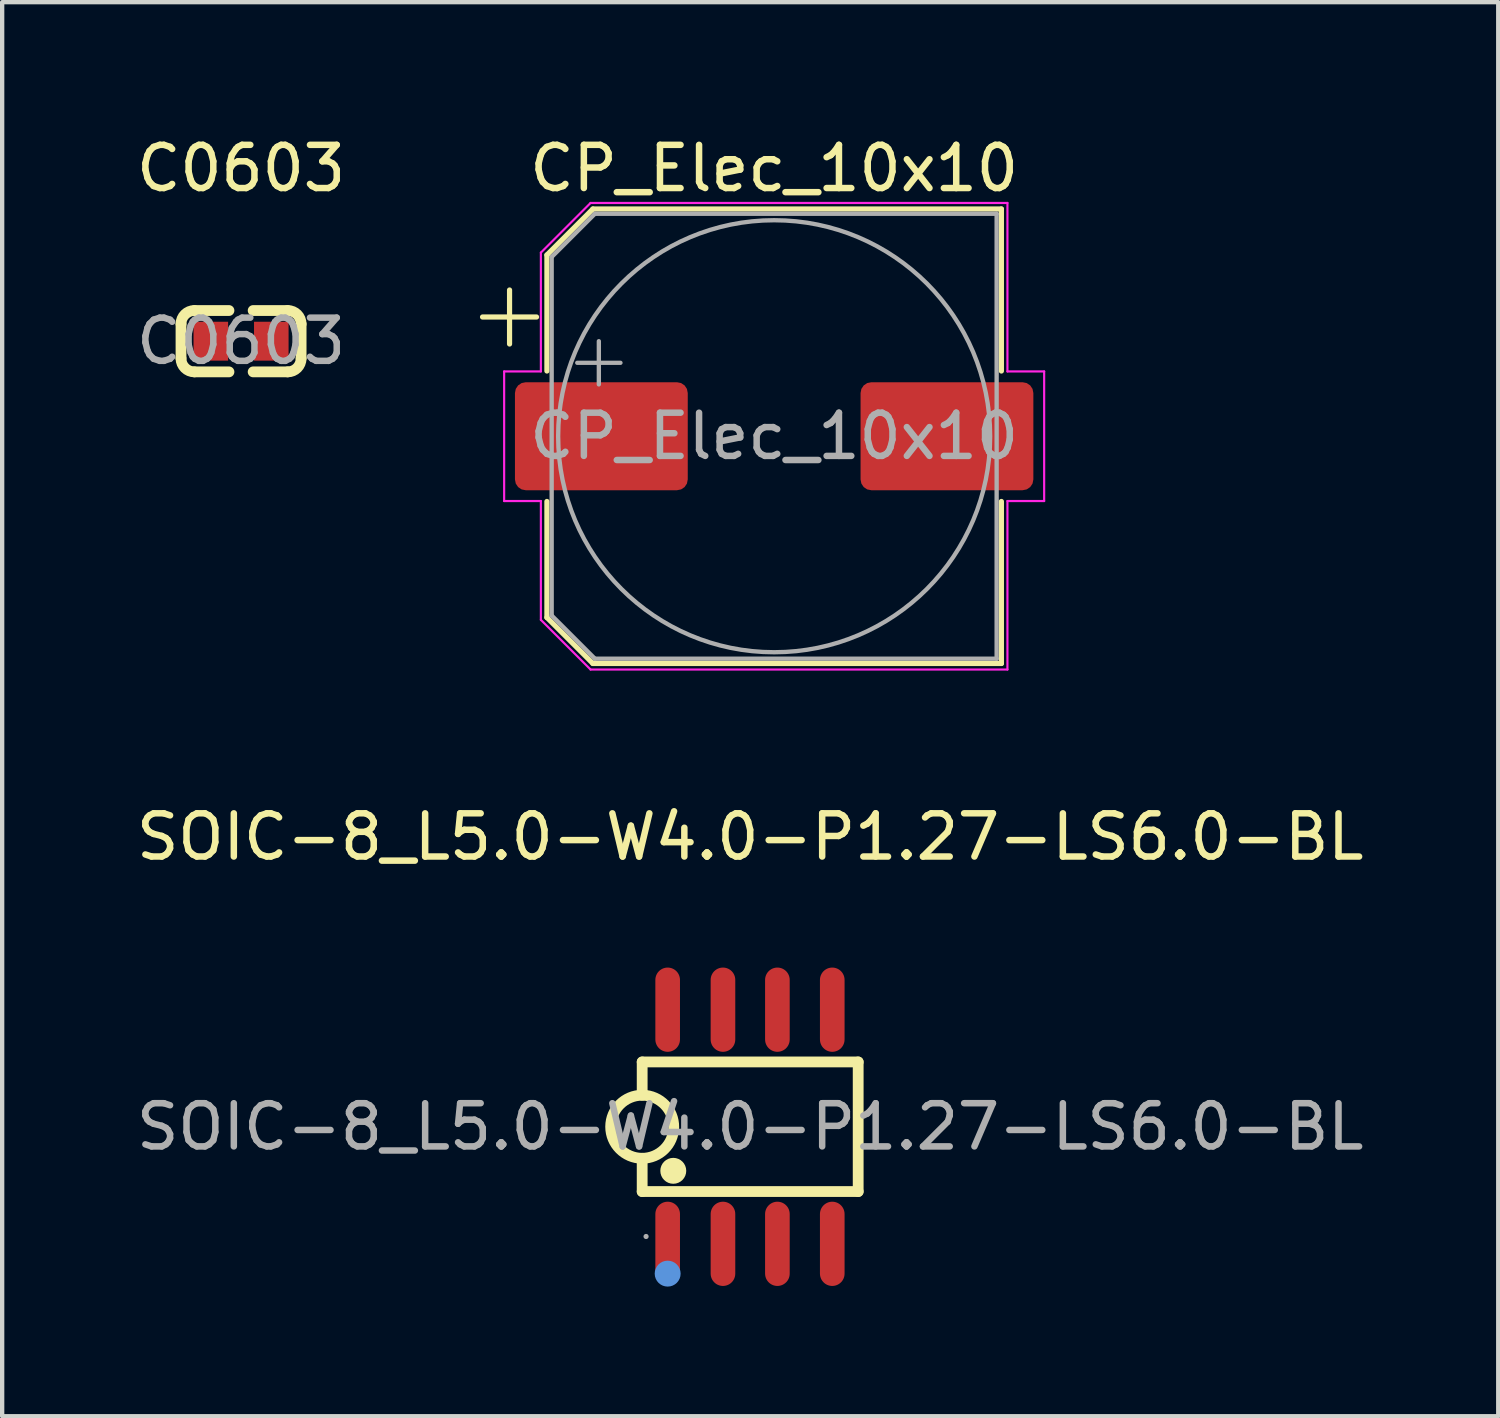
<source format=kicad_pcb>
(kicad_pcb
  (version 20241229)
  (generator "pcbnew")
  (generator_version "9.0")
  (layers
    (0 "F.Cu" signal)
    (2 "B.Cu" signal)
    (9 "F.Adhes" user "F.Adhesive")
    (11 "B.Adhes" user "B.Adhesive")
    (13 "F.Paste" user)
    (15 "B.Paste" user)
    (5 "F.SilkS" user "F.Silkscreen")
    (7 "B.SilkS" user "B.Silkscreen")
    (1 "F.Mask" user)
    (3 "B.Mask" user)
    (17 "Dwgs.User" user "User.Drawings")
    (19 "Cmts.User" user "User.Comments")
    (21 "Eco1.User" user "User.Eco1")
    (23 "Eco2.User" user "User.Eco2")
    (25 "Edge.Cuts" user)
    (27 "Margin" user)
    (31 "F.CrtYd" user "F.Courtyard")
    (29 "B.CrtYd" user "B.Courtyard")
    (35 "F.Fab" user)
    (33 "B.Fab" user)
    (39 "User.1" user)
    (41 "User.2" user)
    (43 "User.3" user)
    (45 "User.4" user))
  (footprint "CP_Elec_10x10"
    (layer "F.Cu")
    (at 14.87 7.048)
    (property "Reference" "CP_Elec_10x10" (at 0 -6.2 0) (layer "F.SilkS") (effects (font (size 1 1) (thickness 0.15))))
    (attr smd)
    (fp_line (start -6.75 -2.76) (end -5.5 -2.76) (stroke (width 0.12) (type solid)) (layer "F.SilkS"))
    (fp_line (start -6.125 -3.385) (end -6.125 -2.135) (stroke (width 0.12) (type solid)) (layer "F.SilkS"))
    (fp_line (start -5.26 -4.196) (end -5.26 -1.51) (stroke (width 0.12) (type solid)) (layer "F.SilkS"))
    (fp_line (start -5.26 -4.196) (end -4.196 -5.26) (stroke (width 0.12) (type solid)) (layer "F.SilkS"))
    (fp_line (start -5.26 4.196) (end -5.26 1.51) (stroke (width 0.12) (type solid)) (layer "F.SilkS"))
    (fp_line (start -5.26 4.196) (end -4.196 5.26) (stroke (width 0.12) (type solid)) (layer "F.SilkS"))
    (fp_line (start -4.196 -5.26) (end 5.26 -5.26) (stroke (width 0.12) (type solid)) (layer "F.SilkS"))
    (fp_line (start -4.196 5.26) (end 5.26 5.26) (stroke (width 0.12) (type solid)) (layer "F.SilkS"))
    (fp_line (start 5.26 -5.26) (end 5.26 -1.51) (stroke (width 0.12) (type solid)) (layer "F.SilkS"))
    (fp_line (start 5.26 5.26) (end 5.26 1.51) (stroke (width 0.12) (type solid)) (layer "F.SilkS"))
    (fp_line (start -6.25 -1.5) (end -6.25 1.5) (stroke (width 0.05) (type solid)) (layer "F.CrtYd"))
    (fp_line (start -6.25 1.5) (end -5.4 1.5) (stroke (width 0.05) (type solid)) (layer "F.CrtYd"))
    (fp_line (start -5.4 -4.25) (end -5.4 -1.5) (stroke (width 0.05) (type solid)) (layer "F.CrtYd"))
    (fp_line (start -5.4 -4.25) (end -4.25 -5.4) (stroke (width 0.05) (type solid)) (layer "F.CrtYd"))
    (fp_line (start -5.4 -1.5) (end -6.25 -1.5) (stroke (width 0.05) (type solid)) (layer "F.CrtYd"))
    (fp_line (start -5.4 1.5) (end -5.4 4.25) (stroke (width 0.05) (type solid)) (layer "F.CrtYd"))
    (fp_line (start -5.4 4.25) (end -4.25 5.4) (stroke (width 0.05) (type solid)) (layer "F.CrtYd"))
    (fp_line (start -4.25 -5.4) (end 5.4 -5.4) (stroke (width 0.05) (type solid)) (layer "F.CrtYd"))
    (fp_line (start -4.25 5.4) (end 5.4 5.4) (stroke (width 0.05) (type solid)) (layer "F.CrtYd"))
    (fp_line (start 5.4 -5.4) (end 5.4 -1.5) (stroke (width 0.05) (type solid)) (layer "F.CrtYd"))
    (fp_line (start 5.4 -1.5) (end 6.25 -1.5) (stroke (width 0.05) (type solid)) (layer "F.CrtYd"))
    (fp_line (start 5.4 1.5) (end 5.4 5.4) (stroke (width 0.05) (type solid)) (layer "F.CrtYd"))
    (fp_line (start 6.25 -1.5) (end 6.25 1.5) (stroke (width 0.05) (type solid)) (layer "F.CrtYd"))
    (fp_line (start 6.25 1.5) (end 5.4 1.5) (stroke (width 0.05) (type solid)) (layer "F.CrtYd"))
    (fp_line (start -5.15 -4.15) (end -5.15 4.15) (stroke (width 0.1) (type solid)) (layer "F.Fab"))
    (fp_line (start -5.15 -4.15) (end -4.15 -5.15) (stroke (width 0.1) (type solid)) (layer "F.Fab"))
    (fp_line (start -5.15 4.15) (end -4.15 5.15) (stroke (width 0.1) (type solid)) (layer "F.Fab"))
    (fp_line (start -4.558 -1.7) (end -3.558 -1.7) (stroke (width 0.1) (type solid)) (layer "F.Fab"))
    (fp_line (start -4.15 -5.15) (end 5.15 -5.15) (stroke (width 0.1) (type solid)) (layer "F.Fab"))
    (fp_line (start -4.15 5.15) (end 5.15 5.15) (stroke (width 0.1) (type solid)) (layer "F.Fab"))
    (fp_line (start -4.058 -2.2) (end -4.058 -1.2) (stroke (width 0.1) (type solid)) (layer "F.Fab"))
    (fp_line (start 5.15 -5.15) (end 5.15 5.15) (stroke (width 0.1) (type solid)) (layer "F.Fab"))
    (fp_circle (center 0 0) (end 5 0) (stroke (width 0.1) (type solid)) (fill no) (layer "F.Fab"))
    (fp_text user "${REFERENCE}" (at 0 0 0) (layer "F.Fab") (effects (font (size 1 1) (thickness 0.15))))
    (pad "1" smd roundrect (at -4 0 180) (size 4 2.5) (layers "F.Cu" "F.Mask" "F.Paste") (roundrect_rratio 0.1))
    (pad "2" smd roundrect (at 4 0 180) (size 4 2.5) (layers "F.Cu" "F.Mask" "F.Paste") (roundrect_rratio 0.1)))
  (footprint "SOIC-8_L5.0-W4.0-P1.27-LS6.0-BL"
    (layer "F.Cu")
    (at 14.315 23.032)
    (property "Reference" "SOIC-8_L5.0-W4.0-P1.27-LS6.0-BL" (at 0 -6.71 0) (layer "F.SilkS") (effects (font (size 1 1) (thickness 0.15))))
    (attr smd)
    (fp_line (start -2.5 -1.5) (end -2.5 -0.73) (stroke (width 0.25) (type solid)) (layer "F.SilkS"))
    (fp_line (start -2.5 -1.5) (end 2.5 -1.5) (stroke (width 0.25) (type solid)) (layer "F.SilkS"))
    (fp_line (start -2.5 1.5) (end -2.5 0.73) (stroke (width 0.25) (type solid)) (layer "F.SilkS"))
    (fp_line (start -2.5 1.5) (end 2.5 1.5) (stroke (width 0.25) (type solid)) (layer "F.SilkS"))
    (fp_line (start 2.5 -1.5) (end 2.5 1.5) (stroke (width 0.25) (type solid)) (layer "F.SilkS"))
    (fp_arc (start -2.48726 -0.729889) (mid -2.50635 0.729972) (end -2.5 -0.73) (stroke (width 0.25) (type solid)) (layer "F.SilkS"))
    (fp_circle (center -1.78 1.02) (end -1.63 1.02) (stroke (width 0.3) (type solid)) (fill no) (layer "F.SilkS"))
    (fp_circle (center -1.91 3.4) (end -1.76 3.4) (stroke (width 0.3) (type solid)) (fill no) (layer "Cmts.User"))
    (fp_circle (center -2.41 2.54) (end -2.38 2.54) (stroke (width 0.06) (type solid)) (fill no) (layer "F.Fab"))
    (fp_text user "${REFERENCE}" (at 0 0 0) (layer "F.Fab") (effects (font (size 1 1) (thickness 0.15))))
    (pad "1" smd oval (at -1.91 2.71 180) (size 0.57 1.95) (layers "F.Cu" "F.Mask" "F.Paste"))
    (pad "2" smd oval (at -0.63 2.71 180) (size 0.57 1.95) (layers "F.Cu" "F.Mask" "F.Paste"))
    (pad "3" smd oval (at 0.63 2.71 180) (size 0.57 1.95) (layers "F.Cu" "F.Mask" "F.Paste"))
    (pad "4" smd oval (at 1.9 2.71 180) (size 0.57 1.95) (layers "F.Cu" "F.Mask" "F.Paste"))
    (pad "5" smd oval (at 1.9 -2.71 180) (size 0.57 1.95) (layers "F.Cu" "F.Mask" "F.Paste"))
    (pad "6" smd oval (at 0.63 -2.71 180) (size 0.57 1.95) (layers "F.Cu" "F.Mask" "F.Paste"))
    (pad "7" smd oval (at -0.63 -2.71 180) (size 0.57 1.95) (layers "F.Cu" "F.Mask" "F.Paste"))
    (pad "8" smd oval (at -1.91 -2.71 180) (size 0.57 1.95) (layers "F.Cu" "F.Mask" "F.Paste")))
  (footprint "C0603"
    (layer "F.Cu")
    (at 2.53 4.848)
    (property "Reference" "C0603" (at 0 -4 0) (layer "F.SilkS") (effects (font (size 1 1) (thickness 0.15))))
    (attr smd)
    (fp_line (start -1.39 0.4) (end -1.39 -0.4) (stroke (width 0.25) (type solid)) (layer "F.SilkS"))
    (fp_line (start -0.28 -0.71) (end -1.08 -0.71) (stroke (width 0.25) (type solid)) (layer "F.SilkS"))
    (fp_line (start -0.28 0.71) (end -1.08 0.71) (stroke (width 0.25) (type solid)) (layer "F.SilkS"))
    (fp_line (start 0.28 -0.71) (end 1.08 -0.71) (stroke (width 0.25) (type solid)) (layer "F.SilkS"))
    (fp_line (start 0.28 0.71) (end 1.08 0.71) (stroke (width 0.25) (type solid)) (layer "F.SilkS"))
    (fp_line (start 1.39 -0.4) (end 1.39 0.4) (stroke (width 0.25) (type solid)) (layer "F.SilkS"))
    (fp_arc (start -1.39 -0.4) (mid -1.299203 -0.619203) (end -1.08 -0.71) (stroke (width 0.25) (type solid)) (layer "F.SilkS"))
    (fp_arc (start -1.08 0.71) (mid -1.299203 0.619203) (end -1.39 0.4) (stroke (width 0.25) (type solid)) (layer "F.SilkS"))
    (fp_arc (start 1.08 -0.71) (mid 1.299203 -0.619203) (end 1.39 -0.4) (stroke (width 0.25) (type solid)) (layer "F.SilkS"))
    (fp_arc (start 1.39 0.4) (mid 1.299203 0.619203) (end 1.08 0.71) (stroke (width 0.25) (type solid)) (layer "F.SilkS"))
    (fp_circle (center -0.8 0.4) (end -0.77 0.4) (stroke (width 0.06) (type solid)) (fill no) (layer "F.Fab"))
    (fp_text user "${REFERENCE}" (at 0 0 0) (layer "F.Fab") (effects (font (size 1 1) (thickness 0.15))))
    (pad "1" smd rect (at -0.7 0 180) (size 0.8 0.9) (layers "F.Cu" "F.Mask" "F.Paste"))
    (pad "2" smd rect (at 0.7 0 180) (size 0.8 0.9) (layers "F.Cu" "F.Mask" "F.Paste")))
  (gr_rect
    (start -3 -3)
    (end 31.631 29.732)
    (stroke (width 0.1) (type default))
    (fill no)
    (layer "Edge.Cuts")))
</source>
